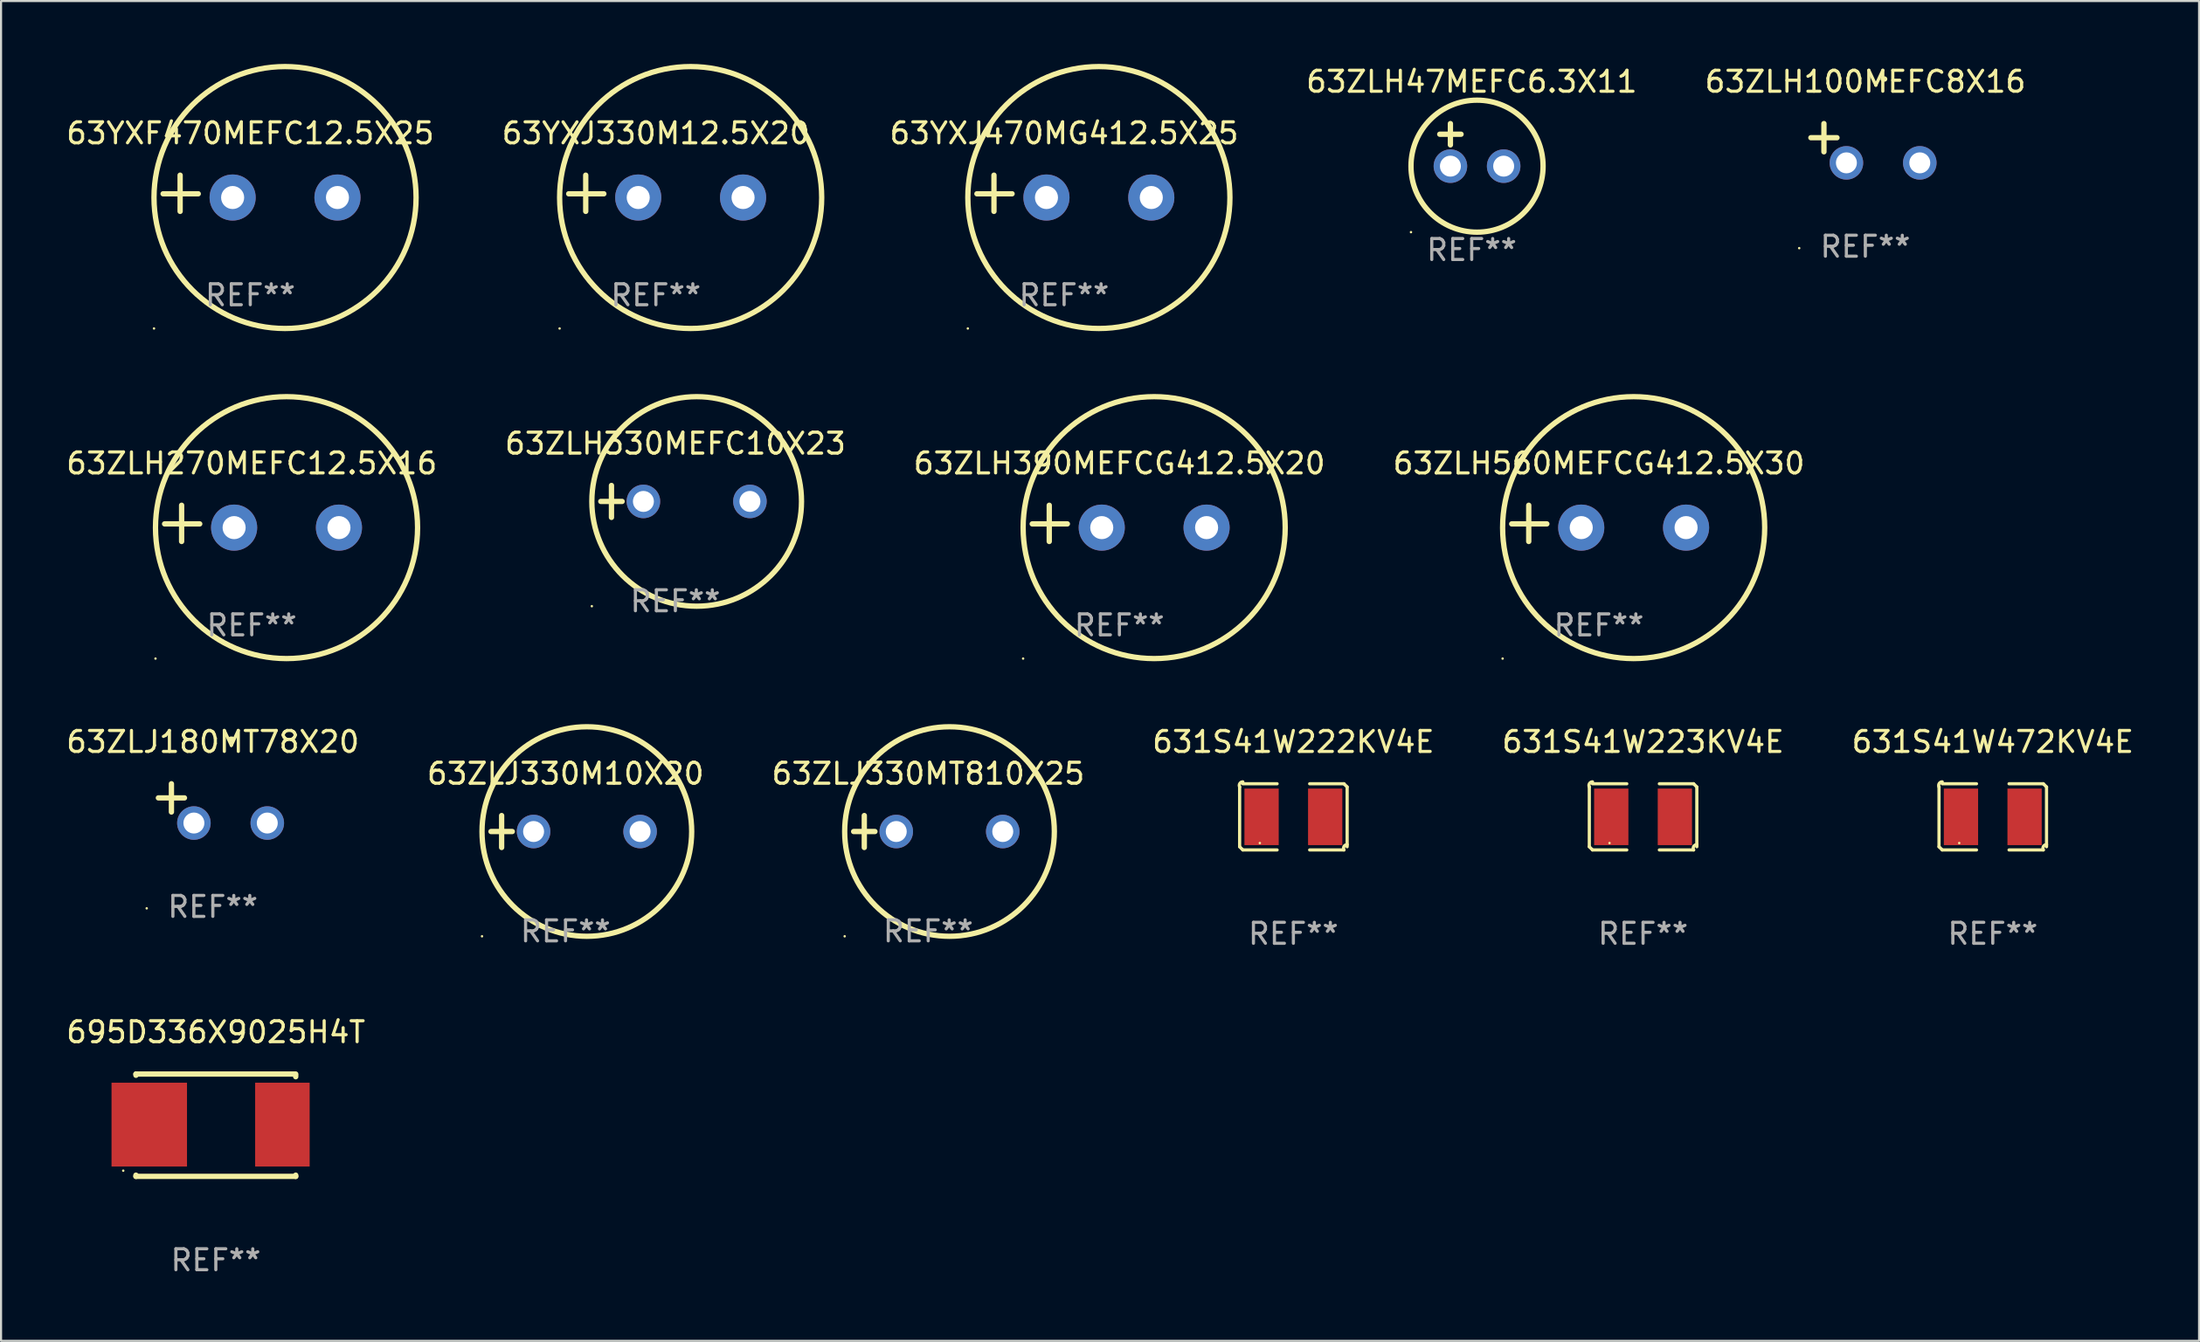
<source format=kicad_pcb>
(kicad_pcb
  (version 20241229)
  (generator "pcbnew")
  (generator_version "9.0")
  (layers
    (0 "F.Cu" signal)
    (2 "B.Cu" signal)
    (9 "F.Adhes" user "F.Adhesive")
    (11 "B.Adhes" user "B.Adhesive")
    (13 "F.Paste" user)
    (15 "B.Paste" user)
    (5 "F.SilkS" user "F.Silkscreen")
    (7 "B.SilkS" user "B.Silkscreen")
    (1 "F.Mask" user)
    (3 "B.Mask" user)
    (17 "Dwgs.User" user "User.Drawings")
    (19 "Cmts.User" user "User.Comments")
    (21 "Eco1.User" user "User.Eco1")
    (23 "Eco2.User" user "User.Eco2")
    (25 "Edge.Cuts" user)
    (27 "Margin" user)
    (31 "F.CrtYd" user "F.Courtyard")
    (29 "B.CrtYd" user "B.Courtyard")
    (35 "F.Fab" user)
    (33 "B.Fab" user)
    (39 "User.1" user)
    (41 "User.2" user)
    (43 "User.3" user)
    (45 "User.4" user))
  (footprint "63ZLH47MEFC6.3X11"
    (layer "F.Cu")
    (at 67.142 3.864)
    (property "Reference" "63ZLH47MEFC6.3X11" (at 0 -3.016 0) (layer "F.SilkS") (effects (font (size 1 1) (thickness 0.15))))
    (attr through_hole)
    (fp_line (start -1.524 -0.508) (end -0.508 -0.508) (stroke (width 0.254) (type solid)) (layer "F.SilkS"))
    (fp_line (start -1.016 -1.016) (end -1.016 0) (stroke (width 0.254) (type solid)) (layer "F.SilkS"))
    (fp_circle (center -2.896 4.166) (end -2.866 4.166) (stroke (width 0.06) (type solid)) (fill no) (layer "F.SilkS"))
    (fp_circle (center 0.254 1.016) (end 3.404 1.016) (stroke (width 0.254) (type solid)) (fill no) (layer "F.SilkS"))
    (fp_text user "REF**" (at 0 5.016 0) (layer "F.Fab") (effects (font (size 1 1) (thickness 0.15))))
    (pad "1" thru_hole circle (at -1.016 1.016) (size 1.6 1.6) (drill 1) (layers "*.Cu" "*.Mask"))
    (pad "2" thru_hole circle (at 1.524 1.016) (size 1.6 1.6) (drill 1) (layers "*.Cu" "*.Mask")))
  (footprint "63ZLH330MEFC10X23"
    (layer "F.Cu")
    (at 29.161 20.881)
    (property "Reference" "63ZLH330MEFC10X23" (at 0 -2.762 0) (layer "F.SilkS") (effects (font (size 1 1) (thickness 0.15))))
    (attr through_hole)
    (fp_line (start -3.556 0) (end -2.54 0) (stroke (width 0.254) (type solid)) (layer "F.SilkS"))
    (fp_line (start -3.048 -0.762) (end -3.048 0.762) (stroke (width 0.254) (type solid)) (layer "F.SilkS"))
    (fp_circle (center -3.984 5) (end -3.954 5) (stroke (width 0.06) (type solid)) (fill no) (layer "F.SilkS"))
    (fp_circle (center 1.016 0) (end 6.016 0) (stroke (width 0.254) (type solid)) (fill no) (layer "F.SilkS"))
    (fp_text user "REF**" (at 0 4.762 0) (layer "F.Fab") (effects (font (size 1 1) (thickness 0.15))))
    (pad "1" thru_hole circle (at -1.524 0) (size 1.6 1.6) (drill 1) (layers "*.Cu" "*.Mask"))
    (pad "2" thru_hole circle (at 3.556 0) (size 1.6 1.6) (drill 1) (layers "*.Cu" "*.Mask")))
  (footprint "63YXF470MEFC12.5X25"
    (layer "F.Cu")
    (at 8.887 6.174)
    (property "Reference" "63YXF470MEFC12.5X25" (at 0 -2.864 0) (layer "F.SilkS") (effects (font (size 1 1) (thickness 0.15))))
    (attr through_hole)
    (fp_line (start -3.346 0.864) (end -3.346 -0.864) (stroke (width 0.254) (type solid)) (layer "F.SilkS"))
    (fp_line (start -2.482 0.025) (end -4.158 0.025) (stroke (width 0.254) (type solid)) (layer "F.SilkS"))
    (fp_circle (center -4.592 6.453) (end -4.562 6.453) (stroke (width 0.06) (type solid)) (fill no) (layer "F.SilkS"))
    (fp_circle (center 1.658 0.203) (end 7.908 0.203) (stroke (width 0.254) (type solid)) (fill no) (layer "F.SilkS"))
    (fp_text user "REF**" (at 0 4.864 0) (layer "F.Fab") (effects (font (size 1 1) (thickness 0.15))))
    (pad "1" thru_hole circle (at -0.842 0.203) (size 2.2 2.2) (drill 1.1) (layers "*.Cu" "*.Mask"))
    (pad "2" thru_hole circle (at 4.158 0.203) (size 2.2 2.2) (drill 1.1) (layers "*.Cu" "*.Mask")))
  (footprint "63ZLH390MEFCG412.5X20"
    (layer "F.Cu")
    (at 50.339 21.928)
    (property "Reference" "63ZLH390MEFCG412.5X20" (at 0 -2.864 0) (layer "F.SilkS") (effects (font (size 1 1) (thickness 0.15))))
    (attr through_hole)
    (fp_line (start -3.346 0.864) (end -3.346 -0.864) (stroke (width 0.254) (type solid)) (layer "F.SilkS"))
    (fp_line (start -2.482 0.025) (end -4.158 0.025) (stroke (width 0.254) (type solid)) (layer "F.SilkS"))
    (fp_circle (center -4.592 6.453) (end -4.562 6.453) (stroke (width 0.06) (type solid)) (fill no) (layer "F.SilkS"))
    (fp_circle (center 1.658 0.203) (end 7.908 0.203) (stroke (width 0.254) (type solid)) (fill no) (layer "F.SilkS"))
    (fp_text user "REF**" (at 0 4.864 0) (layer "F.Fab") (effects (font (size 1 1) (thickness 0.15))))
    (pad "1" thru_hole circle (at -0.842 0.203) (size 2.2 2.2) (drill 1.1) (layers "*.Cu" "*.Mask"))
    (pad "2" thru_hole circle (at 4.158 0.203) (size 2.2 2.2) (drill 1.1) (layers "*.Cu" "*.Mask")))
  (footprint "63ZLH100MEFC8X16"
    (layer "F.Cu")
    (at 85.916 3.785)
    (property "Reference" "63ZLH100MEFC8X16" (at 0 -2.937 0) (layer "F.SilkS") (effects (font (size 1 1) (thickness 0.15))))
    (attr through_hole)
    (fp_line (start -1.975 0.41) (end -1.975 -0.937) (stroke (width 0.254) (type solid)) (layer "F.SilkS"))
    (fp_line (start -1.353 -0.263) (end -2.597 -0.263) (stroke (width 0.254) (type solid)) (layer "F.SilkS"))
    (fp_arc (start 0.849809 -3.063957) (mid 0.885369 -3.064114) (end 0.920929 -3.063957) (stroke (width 0.254001) (type solid)) (layer "F.SilkS"))
    (fp_circle (center -3.154 5.008) (end -3.124 5.008) (stroke (width 0.06) (type solid)) (fill no) (layer "F.SilkS"))
    (fp_text user "REF**" (at 0 4.937 0) (layer "F.Fab") (effects (font (size 1 1) (thickness 0.15))))
    (pad "1" thru_hole circle (at -0.903 0.937) (size 1.6 1.6) (drill 1) (layers "*.Cu" "*.Mask"))
    (pad "2" thru_hole circle (at 2.597 0.937) (size 1.6 1.6) (drill 1) (layers "*.Cu" "*.Mask")))
  (footprint "63ZLH270MEFC12.5X16"
    (layer "F.Cu")
    (at 8.958 21.928)
    (property "Reference" "63ZLH270MEFC12.5X16" (at 0 -2.864 0) (layer "F.SilkS") (effects (font (size 1 1) (thickness 0.15))))
    (attr through_hole)
    (fp_line (start -3.346 0.864) (end -3.346 -0.864) (stroke (width 0.254) (type solid)) (layer "F.SilkS"))
    (fp_line (start -2.482 0.025) (end -4.158 0.025) (stroke (width 0.254) (type solid)) (layer "F.SilkS"))
    (fp_circle (center -4.592 6.453) (end -4.562 6.453) (stroke (width 0.06) (type solid)) (fill no) (layer "F.SilkS"))
    (fp_circle (center 1.658 0.203) (end 7.908 0.203) (stroke (width 0.254) (type solid)) (fill no) (layer "F.SilkS"))
    (fp_text user "REF**" (at 0 4.864 0) (layer "F.Fab") (effects (font (size 1 1) (thickness 0.15))))
    (pad "1" thru_hole circle (at -0.842 0.203) (size 2.2 2.2) (drill 1.1) (layers "*.Cu" "*.Mask"))
    (pad "2" thru_hole circle (at 4.158 0.203) (size 2.2 2.2) (drill 1.1) (layers "*.Cu" "*.Mask")))
  (footprint "63ZLJ180MT78X20"
    (layer "F.Cu")
    (at 7.101 35.293)
    (property "Reference" "63ZLJ180MT78X20" (at 0 -2.937 0) (layer "F.SilkS") (effects (font (size 1 1) (thickness 0.15))))
    (attr through_hole)
    (fp_line (start -1.975 0.41) (end -1.975 -0.937) (stroke (width 0.254) (type solid)) (layer "F.SilkS"))
    (fp_line (start -1.353 -0.263) (end -2.597 -0.263) (stroke (width 0.254) (type solid)) (layer "F.SilkS"))
    (fp_arc (start 0.849809 -3.063957) (mid 0.885369 -3.064114) (end 0.920929 -3.063957) (stroke (width 0.254001) (type solid)) (layer "F.SilkS"))
    (fp_circle (center -3.154 5.008) (end -3.124 5.008) (stroke (width 0.06) (type solid)) (fill no) (layer "F.SilkS"))
    (fp_text user "REF**" (at 0 4.937 0) (layer "F.Fab") (effects (font (size 1 1) (thickness 0.15))))
    (pad "1" thru_hole circle (at -0.903 0.937) (size 1.6 1.6) (drill 1) (layers "*.Cu" "*.Mask"))
    (pad "2" thru_hole circle (at 2.597 0.937) (size 1.6 1.6) (drill 1) (layers "*.Cu" "*.Mask")))
  (footprint "63ZLJ330MT810X25"
    (layer "F.Cu")
    (at 41.22 36.635)
    (property "Reference" "63ZLJ330MT810X25" (at 0 -2.762 0) (layer "F.SilkS") (effects (font (size 1 1) (thickness 0.15))))
    (attr through_hole)
    (fp_line (start -3.556 0) (end -2.54 0) (stroke (width 0.254) (type solid)) (layer "F.SilkS"))
    (fp_line (start -3.048 -0.762) (end -3.048 0.762) (stroke (width 0.254) (type solid)) (layer "F.SilkS"))
    (fp_circle (center -3.984 5) (end -3.954 5) (stroke (width 0.06) (type solid)) (fill no) (layer "F.SilkS"))
    (fp_circle (center 1.016 0) (end 6.016 0) (stroke (width 0.254) (type solid)) (fill no) (layer "F.SilkS"))
    (fp_text user "REF**" (at 0 4.762 0) (layer "F.Fab") (effects (font (size 1 1) (thickness 0.15))))
    (pad "1" thru_hole circle (at -1.524 0) (size 1.6 1.6) (drill 1) (layers "*.Cu" "*.Mask"))
    (pad "2" thru_hole circle (at 3.556 0) (size 1.6 1.6) (drill 1) (layers "*.Cu" "*.Mask")))
  (footprint "63YXJ330M12.5X20"
    (layer "F.Cu")
    (at 28.232 6.174)
    (property "Reference" "63YXJ330M12.5X20" (at 0 -2.864 0) (layer "F.SilkS") (effects (font (size 1 1) (thickness 0.15))))
    (attr through_hole)
    (fp_line (start -3.346 0.864) (end -3.346 -0.864) (stroke (width 0.254) (type solid)) (layer "F.SilkS"))
    (fp_line (start -2.482 0.025) (end -4.158 0.025) (stroke (width 0.254) (type solid)) (layer "F.SilkS"))
    (fp_circle (center -4.592 6.453) (end -4.562 6.453) (stroke (width 0.06) (type solid)) (fill no) (layer "F.SilkS"))
    (fp_circle (center 1.658 0.203) (end 7.908 0.203) (stroke (width 0.254) (type solid)) (fill no) (layer "F.SilkS"))
    (fp_text user "REF**" (at 0 4.864 0) (layer "F.Fab") (effects (font (size 1 1) (thickness 0.15))))
    (pad "1" thru_hole circle (at -0.842 0.203) (size 2.2 2.2) (drill 1.1) (layers "*.Cu" "*.Mask"))
    (pad "2" thru_hole circle (at 4.158 0.203) (size 2.2 2.2) (drill 1.1) (layers "*.Cu" "*.Mask")))
  (footprint "63ZLH560MEFCG412.5X30"
    (layer "F.Cu")
    (at 73.208 21.928)
    (property "Reference" "63ZLH560MEFCG412.5X30" (at 0 -2.864 0) (layer "F.SilkS") (effects (font (size 1 1) (thickness 0.15))))
    (attr through_hole)
    (fp_line (start -3.346 0.864) (end -3.346 -0.864) (stroke (width 0.254) (type solid)) (layer "F.SilkS"))
    (fp_line (start -2.482 0.025) (end -4.158 0.025) (stroke (width 0.254) (type solid)) (layer "F.SilkS"))
    (fp_circle (center -4.592 6.453) (end -4.562 6.453) (stroke (width 0.06) (type solid)) (fill no) (layer "F.SilkS"))
    (fp_circle (center 1.658 0.203) (end 7.908 0.203) (stroke (width 0.254) (type solid)) (fill no) (layer "F.SilkS"))
    (fp_text user "REF**" (at 0 4.864 0) (layer "F.Fab") (effects (font (size 1 1) (thickness 0.15))))
    (pad "1" thru_hole circle (at -0.842 0.203) (size 2.2 2.2) (drill 1.1) (layers "*.Cu" "*.Mask"))
    (pad "2" thru_hole circle (at 4.158 0.203) (size 2.2 2.2) (drill 1.1) (layers "*.Cu" "*.Mask")))
  (footprint "63YXJ470MG412.5X25"
    (layer "F.Cu")
    (at 47.702 6.174)
    (property "Reference" "63YXJ470MG412.5X25" (at 0 -2.864 0) (layer "F.SilkS") (effects (font (size 1 1) (thickness 0.15))))
    (attr through_hole)
    (fp_line (start -3.346 0.864) (end -3.346 -0.864) (stroke (width 0.254) (type solid)) (layer "F.SilkS"))
    (fp_line (start -2.482 0.025) (end -4.158 0.025) (stroke (width 0.254) (type solid)) (layer "F.SilkS"))
    (fp_circle (center -4.592 6.453) (end -4.562 6.453) (stroke (width 0.06) (type solid)) (fill no) (layer "F.SilkS"))
    (fp_circle (center 1.658 0.203) (end 7.908 0.203) (stroke (width 0.254) (type solid)) (fill no) (layer "F.SilkS"))
    (fp_text user "REF**" (at 0 4.864 0) (layer "F.Fab") (effects (font (size 1 1) (thickness 0.15))))
    (pad "1" thru_hole circle (at -0.842 0.203) (size 2.2 2.2) (drill 1.1) (layers "*.Cu" "*.Mask"))
    (pad "2" thru_hole circle (at 4.158 0.203) (size 2.2 2.2) (drill 1.1) (layers "*.Cu" "*.Mask")))
  (footprint "631S41W472KV4E"
    (layer "F.Cu")
    (at 91.994 35.935)
    (property "Reference" "631S41W472KV4E" (at 0 -3.579 0) (layer "F.SilkS") (effects (font (size 1 1) (thickness 0.15))))
    (attr through_hole)
    (fp_line (start -2.564 1.426) (end -2.564 -1.426) (stroke (width 0.152) (type solid)) (layer "F.SilkS"))
    (fp_line (start -2.411 -1.579) (end -0.776 -1.579) (stroke (width 0.152) (type solid)) (layer "F.SilkS"))
    (fp_line (start -0.776 1.579) (end -2.411 1.579) (stroke (width 0.152) (type solid)) (layer "F.SilkS"))
    (fp_line (start 0.776 1.579) (end 2.411 1.579) (stroke (width 0.152) (type solid)) (layer "F.SilkS"))
    (fp_line (start 2.411 -1.579) (end 0.776 -1.579) (stroke (width 0.152) (type solid)) (layer "F.SilkS"))
    (fp_line (start 2.564 1.426) (end 2.564 -1.426) (stroke (width 0.152) (type solid)) (layer "F.SilkS"))
    (fp_arc (start -2.563602 -1.426213) (mid -2.555597 -1.591233) (end -2.411201 -1.671518) (stroke (width 0.1524) (type solid)) (layer "F.SilkS"))
    (fp_arc (start -2.5636 1.426214) (mid -2.487389 1.502402) (end -2.411201 1.578613) (stroke (width 0.1524) (type solid)) (layer "F.SilkS"))
    (fp_arc (start 2.411197 -1.578618) (mid 2.487403 -1.502419) (end 2.563602 -1.426213) (stroke (width 0.1524) (type solid)) (layer "F.SilkS"))
    (fp_arc (start 2.411201 1.578613) (mid 2.416214 1.409455) (end 2.563602 1.32629) (stroke (width 0.1524) (type solid)) (layer "F.SilkS"))
    (fp_circle (center -1.6 1.25) (end -1.57 1.25) (stroke (width 0.06) (type solid)) (fill no) (layer "F.SilkS"))
    (fp_text user "REF**" (at 0 5.579 0) (layer "F.Fab") (effects (font (size 1 1) (thickness 0.15))))
    (pad "1" smd rect (at -1.517 0) (size 1.635 2.7) (layers "F.Cu" "F.Mask" "F.Paste"))
    (pad "2" smd rect (at 1.517 0) (size 1.635 2.7) (layers "F.Cu" "F.Mask" "F.Paste")))
  (footprint "695D336X9025H4T"
    (layer "F.Cu")
    (at 7.244 50.652)
    (property "Reference" "695D336X9025H4T" (at 0 -4.442 0) (layer "F.SilkS") (effects (font (size 1 1) (thickness 0.15))))
    (attr through_hole)
    (fp_line (start -3.81 -2.442) (end -3.81 -2.384) (stroke (width 0.254) (type solid)) (layer "F.SilkS"))
    (fp_line (start -3.81 -2.442) (end 3.81 -2.442) (stroke (width 0.254) (type solid)) (layer "F.SilkS"))
    (fp_line (start -3.81 2.384) (end -3.81 2.442) (stroke (width 0.254) (type solid)) (layer "F.SilkS"))
    (fp_line (start -3.81 2.442) (end 3.81 2.442) (stroke (width 0.254) (type solid)) (layer "F.SilkS"))
    (fp_line (start 3.81 -2.315) (end 3.81 -2.374) (stroke (width 0.254) (type solid)) (layer "F.SilkS"))
    (fp_line (start 3.81 2.442) (end 3.81 2.384) (stroke (width 0.254) (type solid)) (layer "F.SilkS"))
    (fp_circle (center -4.416 2.17) (end -4.386 2.17) (stroke (width 0.06) (type solid)) (fill no) (layer "F.SilkS"))
    (fp_text user "REF**" (at 0 6.442 0) (layer "F.Fab") (effects (font (size 1 1) (thickness 0.15))))
    (pad "1" smd rect (at -3.175 -0.029) (size 3.6 4) (layers "F.Cu" "F.Mask" "F.Paste"))
    (pad "2" smd rect (at 3.175 -0.029) (size 2.6 4) (layers "F.Cu" "F.Mask" "F.Paste")))
  (footprint "631S41W223KV4E"
    (layer "F.Cu")
    (at 75.315 35.935)
    (property "Reference" "631S41W223KV4E" (at 0 -3.579 0) (layer "F.SilkS") (effects (font (size 1 1) (thickness 0.15))))
    (attr through_hole)
    (fp_line (start -2.564 1.426) (end -2.564 -1.426) (stroke (width 0.152) (type solid)) (layer "F.SilkS"))
    (fp_line (start -2.411 -1.579) (end -0.776 -1.579) (stroke (width 0.152) (type solid)) (layer "F.SilkS"))
    (fp_line (start -0.776 1.579) (end -2.411 1.579) (stroke (width 0.152) (type solid)) (layer "F.SilkS"))
    (fp_line (start 0.776 1.579) (end 2.411 1.579) (stroke (width 0.152) (type solid)) (layer "F.SilkS"))
    (fp_line (start 2.411 -1.579) (end 0.776 -1.579) (stroke (width 0.152) (type solid)) (layer "F.SilkS"))
    (fp_line (start 2.564 1.426) (end 2.564 -1.426) (stroke (width 0.152) (type solid)) (layer "F.SilkS"))
    (fp_arc (start -2.563602 -1.426213) (mid -2.555597 -1.591233) (end -2.411201 -1.671518) (stroke (width 0.1524) (type solid)) (layer "F.SilkS"))
    (fp_arc (start -2.5636 1.426214) (mid -2.487389 1.502402) (end -2.411201 1.578613) (stroke (width 0.1524) (type solid)) (layer "F.SilkS"))
    (fp_arc (start 2.411197 -1.578618) (mid 2.487403 -1.502419) (end 2.563602 -1.426213) (stroke (width 0.1524) (type solid)) (layer "F.SilkS"))
    (fp_arc (start 2.411201 1.578613) (mid 2.416214 1.409455) (end 2.563602 1.32629) (stroke (width 0.1524) (type solid)) (layer "F.SilkS"))
    (fp_circle (center -1.6 1.25) (end -1.57 1.25) (stroke (width 0.06) (type solid)) (fill no) (layer "F.SilkS"))
    (fp_text user "REF**" (at 0 5.579 0) (layer "F.Fab") (effects (font (size 1 1) (thickness 0.15))))
    (pad "1" smd rect (at -1.517 0) (size 1.635 2.7) (layers "F.Cu" "F.Mask" "F.Paste"))
    (pad "2" smd rect (at 1.517 0) (size 1.635 2.7) (layers "F.Cu" "F.Mask" "F.Paste")))
  (footprint "631S41W222KV4E"
    (layer "F.Cu")
    (at 58.637 35.935)
    (property "Reference" "631S41W222KV4E" (at 0 -3.579 0) (layer "F.SilkS") (effects (font (size 1 1) (thickness 0.15))))
    (attr through_hole)
    (fp_line (start -2.564 1.426) (end -2.564 -1.426) (stroke (width 0.152) (type solid)) (layer "F.SilkS"))
    (fp_line (start -2.411 -1.579) (end -0.776 -1.579) (stroke (width 0.152) (type solid)) (layer "F.SilkS"))
    (fp_line (start -0.776 1.579) (end -2.411 1.579) (stroke (width 0.152) (type solid)) (layer "F.SilkS"))
    (fp_line (start 0.776 1.579) (end 2.411 1.579) (stroke (width 0.152) (type solid)) (layer "F.SilkS"))
    (fp_line (start 2.411 -1.579) (end 0.776 -1.579) (stroke (width 0.152) (type solid)) (layer "F.SilkS"))
    (fp_line (start 2.564 1.426) (end 2.564 -1.426) (stroke (width 0.152) (type solid)) (layer "F.SilkS"))
    (fp_arc (start -2.563602 -1.426213) (mid -2.555597 -1.591233) (end -2.411201 -1.671518) (stroke (width 0.1524) (type solid)) (layer "F.SilkS"))
    (fp_arc (start -2.5636 1.426214) (mid -2.487389 1.502402) (end -2.411201 1.578613) (stroke (width 0.1524) (type solid)) (layer "F.SilkS"))
    (fp_arc (start 2.411197 -1.578618) (mid 2.487403 -1.502419) (end 2.563602 -1.426213) (stroke (width 0.1524) (type solid)) (layer "F.SilkS"))
    (fp_arc (start 2.411201 1.578613) (mid 2.416214 1.409455) (end 2.563602 1.32629) (stroke (width 0.1524) (type solid)) (layer "F.SilkS"))
    (fp_circle (center -1.6 1.25) (end -1.57 1.25) (stroke (width 0.06) (type solid)) (fill no) (layer "F.SilkS"))
    (fp_text user "REF**" (at 0 5.579 0) (layer "F.Fab") (effects (font (size 1 1) (thickness 0.15))))
    (pad "1" smd rect (at -1.517 0) (size 1.635 2.7) (layers "F.Cu" "F.Mask" "F.Paste"))
    (pad "2" smd rect (at 1.517 0) (size 1.635 2.7) (layers "F.Cu" "F.Mask" "F.Paste")))
  (footprint "63ZLJ330M10X20"
    (layer "F.Cu")
    (at 23.923 36.635)
    (property "Reference" "63ZLJ330M10X20" (at 0 -2.762 0) (layer "F.SilkS") (effects (font (size 1 1) (thickness 0.15))))
    (attr through_hole)
    (fp_line (start -3.556 0) (end -2.54 0) (stroke (width 0.254) (type solid)) (layer "F.SilkS"))
    (fp_line (start -3.048 -0.762) (end -3.048 0.762) (stroke (width 0.254) (type solid)) (layer "F.SilkS"))
    (fp_circle (center -3.984 5) (end -3.954 5) (stroke (width 0.06) (type solid)) (fill no) (layer "F.SilkS"))
    (fp_circle (center 1.016 0) (end 6.016 0) (stroke (width 0.254) (type solid)) (fill no) (layer "F.SilkS"))
    (fp_text user "REF**" (at 0 4.762 0) (layer "F.Fab") (effects (font (size 1 1) (thickness 0.15))))
    (pad "1" thru_hole circle (at -1.524 0) (size 1.6 1.6) (drill 1) (layers "*.Cu" "*.Mask"))
    (pad "2" thru_hole circle (at 3.556 0) (size 1.6 1.6) (drill 1) (layers "*.Cu" "*.Mask")))
  (gr_rect
    (start -3 -3)
    (end 101.833 60.943)
    (stroke (width 0.1) (type default))
    (fill no)
    (layer "Edge.Cuts")))
</source>
